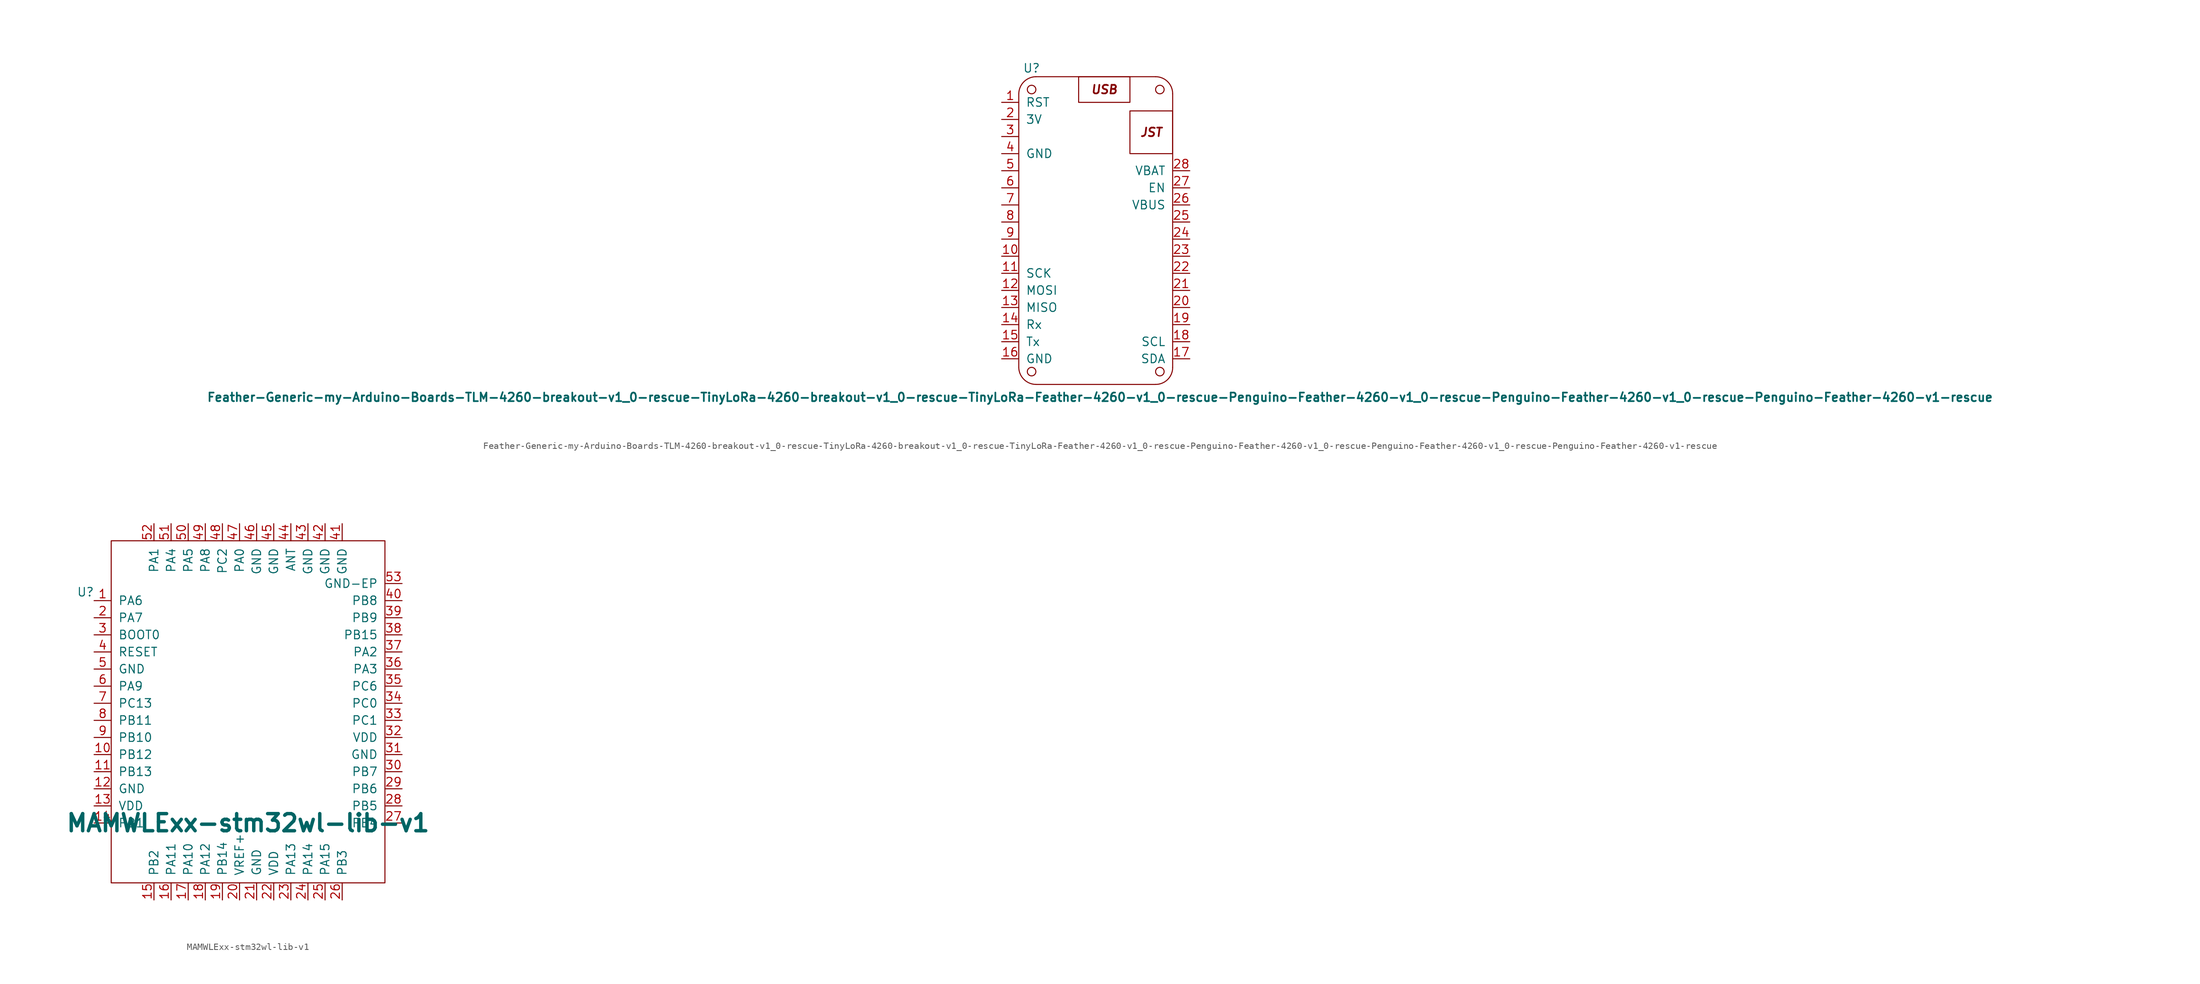
<source format=kicad_sym>
(kicad_symbol_lib
  (version 20220914)
  (generator kicad_symbol_editor)
  (symbol "Feather-Generic-my-Arduino-Boards-TLM-4260-breakout-v1_0-rescue-TinyLoRa-4260-breakout-v1_0-rescue-TinyLoRa-Feather-4260-v1_0-rescue-Penguino-Feather-4260-v1_0-rescue-Penguino-Feather-4260-v1_0-rescue-Penguino-Feather-4260-v1-rescue"
    (pin_names
      (offset 1.016))
    (property "Reference" "U"
      (at 1.905 5.08 0)
      (effects (font (size 1.27 1.27))))
    (property "Value" "Feather-Generic-my-Arduino-Boards-TLM-4260-breakout-v1_0-rescue-TinyLoRa-4260-breakout-v1_0-rescue-TinyLoRa-Feather-4260-v1_0-rescue-Penguino-Feather-4260-v1_0-rescue-Penguino-Feather-4260-v1_0-rescue-Penguino-Feather-4260-v1-rescue"
      (at 12.065 -43.815 0)
      (effects (font (size 1.27 1.27) bold)))
    (symbol "Feather-Generic-my-Arduino-Boards-TLM-4260-breakout-v1_0-rescue-TinyLoRa-4260-breakout-v1_0-rescue-TinyLoRa-Feather-4260-v1_0-rescue-Penguino-Feather-4260-v1_0-rescue-Penguino-Feather-4260-v1_0-rescue-Penguino-Feather-4260-v1-rescue_0_0"
      (text "JST" (at 19.685 -4.445 0) (effects (font (size 1.27 1.27) bold italic)))
      (text "USB" (at 12.7 1.905 0) (effects (font (size 1.27 1.27) bold italic))))
    (symbol "Feather-Generic-my-Arduino-Boards-TLM-4260-breakout-v1_0-rescue-TinyLoRa-4260-breakout-v1_0-rescue-TinyLoRa-Feather-4260-v1_0-rescue-Penguino-Feather-4260-v1_0-rescue-Penguino-Feather-4260-v1_0-rescue-Penguino-Feather-4260-v1-rescue_0_1"
      (arc (start 0 -39.37) (mid 0.7529 -41.1497) (end 2.54 -41.91) (stroke (width 0) (type solid)) (fill (type none)))
      (polyline (pts (xy 0 1.27) (xy 0 -39.37)) (stroke (width 0) (type solid)) (fill (type none)))
      (polyline (pts (xy 2.54 -41.91) (xy 20.32 -41.91)) (stroke (width 0) (type solid)) (fill (type none)))
      (polyline (pts (xy 2.54 3.81) (xy 20.32 3.81)) (stroke (width 0) (type solid)) (fill (type background)))
      (polyline (pts (xy 22.86 -39.37) (xy 22.86 1.27)) (stroke (width 0) (type solid)) (fill (type none)))
      (circle (center 1.905 -40.005) (radius 0.635) (stroke (width 0) (type solid)) (fill (type none)))
      (circle (center 1.905 1.905) (radius 0.635) (stroke (width 0) (type solid)) (fill (type none)))
      (arc (start 2.54 3.81) (mid 0.7603 3.0571) (end 0 1.27) (stroke (width 0) (type solid)) (fill (type none)))
      (rectangle (start 8.89 3.81) (end 16.51 0) (stroke (width 0) (type solid)) (fill (type none)))
      (arc (start 20.32 -41.91) (mid 22.1249 -41.1677) (end 22.86 -39.37) (stroke (width 0) (type solid)) (fill (type none)))
      (circle (center 20.955 -40.005) (radius 0.635) (stroke (width 0) (type solid)) (fill (type none)))
      (circle (center 20.955 1.905) (radius 0.635) (stroke (width 0) (type solid)) (fill (type none)))
      (rectangle (start 22.86 -1.27) (end 16.51 -7.62) (stroke (width 0) (type solid)) (fill (type none)))
      (arc (start 22.86 1.27) (mid 22.1177 3.0749) (end 20.32 3.81) (stroke (width 0) (type solid)) (fill (type none))))
    (symbol "Feather-Generic-my-Arduino-Boards-TLM-4260-breakout-v1_0-rescue-TinyLoRa-4260-breakout-v1_0-rescue-TinyLoRa-Feather-4260-v1_0-rescue-Penguino-Feather-4260-v1_0-rescue-Penguino-Feather-4260-v1_0-rescue-Penguino-Feather-4260-v1-rescue_1_1"
      (pin input line (at -2.54 0 0) (length 2.54) (name "RST" (effects (font (size 1.27 1.27)))) (number "1" (effects (font (size 1.27 1.27)))))
      (pin bidirectional line (at -2.54 -22.86 0) (length 2.54) (name "~" (effects (font (size 1.27 1.27)))) (number "10" (effects (font (size 1.27 1.27)))))
      (pin bidirectional line (at -2.54 -25.4 0) (length 2.54) (name "SCK" (effects (font (size 1.27 1.27)))) (number "11" (effects (font (size 1.27 1.27)))))
      (pin bidirectional line (at -2.54 -27.94 0) (length 2.54) (name "MOSI" (effects (font (size 1.27 1.27)))) (number "12" (effects (font (size 1.27 1.27)))))
      (pin bidirectional line (at -2.54 -30.48 0) (length 2.54) (name "MISO" (effects (font (size 1.27 1.27)))) (number "13" (effects (font (size 1.27 1.27)))))
      (pin bidirectional line (at -2.54 -33.02 0) (length 2.54) (name "Rx" (effects (font (size 1.27 1.27)))) (number "14" (effects (font (size 1.27 1.27)))))
      (pin bidirectional line (at -2.54 -35.56 0) (length 2.54) (name "Tx" (effects (font (size 1.27 1.27)))) (number "15" (effects (font (size 1.27 1.27)))))
      (pin passive line (at -2.54 -38.1 0) (length 2.54) (name "GND" (effects (font (size 1.27 1.27)))) (number "16" (effects (font (size 1.27 1.27)))))
      (pin bidirectional line (at 25.4 -38.1 180) (length 2.54) (name "SDA" (effects (font (size 1.27 1.27)))) (number "17" (effects (font (size 1.27 1.27)))))
      (pin bidirectional line (at 25.4 -35.56 180) (length 2.54) (name "SCL" (effects (font (size 1.27 1.27)))) (number "18" (effects (font (size 1.27 1.27)))))
      (pin bidirectional line (at 25.4 -33.02 180) (length 2.54) (name "~" (effects (font (size 1.27 1.27)))) (number "19" (effects (font (size 1.27 1.27)))))
      (pin passive line (at -2.54 -2.54 0) (length 2.54) (name "3V" (effects (font (size 1.27 1.27)))) (number "2" (effects (font (size 1.27 1.27)))))
      (pin bidirectional line (at 25.4 -30.48 180) (length 2.54) (name "~" (effects (font (size 1.27 1.27)))) (number "20" (effects (font (size 1.27 1.27)))))
      (pin bidirectional line (at 25.4 -27.94 180) (length 2.54) (name "~" (effects (font (size 1.27 1.27)))) (number "21" (effects (font (size 1.27 1.27)))))
      (pin bidirectional line (at 25.4 -25.4 180) (length 2.54) (name "~" (effects (font (size 1.27 1.27)))) (number "22" (effects (font (size 1.27 1.27)))))
      (pin bidirectional line (at 25.4 -22.86 180) (length 2.54) (name "~" (effects (font (size 1.27 1.27)))) (number "23" (effects (font (size 1.27 1.27)))))
      (pin bidirectional line (at 25.4 -20.32 180) (length 2.54) (name "~" (effects (font (size 1.27 1.27)))) (number "24" (effects (font (size 1.27 1.27)))))
      (pin bidirectional line (at 25.4 -17.78 180) (length 2.54) (name "~" (effects (font (size 1.27 1.27)))) (number "25" (effects (font (size 1.27 1.27)))))
      (pin passive line (at 25.4 -15.24 180) (length 2.54) (name "VBUS" (effects (font (size 1.27 1.27)))) (number "26" (effects (font (size 1.27 1.27)))))
      (pin input line (at 25.4 -12.7 180) (length 2.54) (name "EN" (effects (font (size 1.27 1.27)))) (number "27" (effects (font (size 1.27 1.27)))))
      (pin passive line (at 25.4 -10.16 180) (length 2.54) (name "VBAT" (effects (font (size 1.27 1.27)))) (number "28" (effects (font (size 1.27 1.27)))))
      (pin bidirectional line (at -2.54 -5.08 0) (length 2.54) (name "~" (effects (font (size 1.27 1.27)))) (number "3" (effects (font (size 1.27 1.27)))))
      (pin passive line (at -2.54 -7.62 0) (length 2.54) (name "GND" (effects (font (size 1.27 1.27)))) (number "4" (effects (font (size 1.27 1.27)))))
      (pin bidirectional line (at -2.54 -10.16 0) (length 2.54) (name "~" (effects (font (size 1.27 1.27)))) (number "5" (effects (font (size 1.27 1.27)))))
      (pin bidirectional line (at -2.54 -12.7 0) (length 2.54) (name "~" (effects (font (size 1.27 1.27)))) (number "6" (effects (font (size 1.27 1.27)))))
      (pin bidirectional line (at -2.54 -15.24 0) (length 2.54) (name "~" (effects (font (size 1.27 1.27)))) (number "7" (effects (font (size 1.27 1.27)))))
      (pin bidirectional line (at -2.54 -17.78 0) (length 2.54) (name "~" (effects (font (size 1.27 1.27)))) (number "8" (effects (font (size 1.27 1.27)))))
      (pin bidirectional line (at -2.54 -20.32 0) (length 2.54) (name "~" (effects (font (size 1.27 1.27)))) (number "9" (effects (font (size 1.27 1.27)))))))
  (symbol "MAMWLExx-stm32wl-lib-v1"
    (pin_names
      (offset 1.016))
    (property "Reference" "U"
      (at -1.27 1.27 0)
      (effects (font (size 1.27 1.27))))
    (property "Value" "MAMWLExx-stm32wl-lib-v1"
      (at 22.86 -33.02 0)
      (effects (font (size 2.54 2.54) bold)))
    (symbol "MAMWLExx-stm32wl-lib-v1_0_0"
      (pin passive line (at 0 0 0) (length 2.54) (name "PA6" (effects (font (size 1.27 1.27)))) (number "1" (effects (font (size 1.27 1.27)))))
      (pin passive line (at 0 -22.86 0) (length 2.54) (name "PB12" (effects (font (size 1.27 1.27)))) (number "10" (effects (font (size 1.27 1.27)))))
      (pin passive line (at 0 -25.4 0) (length 2.54) (name "PB13" (effects (font (size 1.27 1.27)))) (number "11" (effects (font (size 1.27 1.27)))))
      (pin power_in line (at 0 -27.94 0) (length 2.54) (name "GND" (effects (font (size 1.27 1.27)))) (number "12" (effects (font (size 1.27 1.27)))))
      (pin power_in line (at 0 -30.48 0) (length 2.54) (name "VDD" (effects (font (size 1.27 1.27)))) (number "13" (effects (font (size 1.27 1.27)))))
      (pin passive line (at 0 -33.02 0) (length 2.54) (name "PB1" (effects (font (size 1.27 1.27)))) (number "14" (effects (font (size 1.27 1.27)))))
      (pin passive line (at 8.89 -44.45 90) (length 2.54) (name "PB2" (effects (font (size 1.27 1.27)))) (number "15" (effects (font (size 1.27 1.27)))))
      (pin passive line (at 11.43 -44.45 90) (length 2.54) (name "PA11" (effects (font (size 1.27 1.27)))) (number "16" (effects (font (size 1.27 1.27)))))
      (pin passive line (at 13.97 -44.45 90) (length 2.54) (name "PA10" (effects (font (size 1.27 1.27)))) (number "17" (effects (font (size 1.27 1.27)))))
      (pin passive line (at 16.51 -44.45 90) (length 2.54) (name "PA12" (effects (font (size 1.27 1.27)))) (number "18" (effects (font (size 1.27 1.27)))))
      (pin passive line (at 19.05 -44.45 90) (length 2.54) (name "PB14" (effects (font (size 1.27 1.27)))) (number "19" (effects (font (size 1.27 1.27)))))
      (pin passive line (at 0 -2.54 0) (length 2.54) (name "PA7" (effects (font (size 1.27 1.27)))) (number "2" (effects (font (size 1.27 1.27)))))
      (pin passive line (at 21.59 -44.45 90) (length 2.54) (name "VREF+" (effects (font (size 1.27 1.27)))) (number "20" (effects (font (size 1.27 1.27)))))
      (pin power_in line (at 24.13 -44.45 90) (length 2.54) (name "GND" (effects (font (size 1.27 1.27)))) (number "21" (effects (font (size 1.27 1.27)))))
      (pin power_in line (at 26.67 -44.45 90) (length 2.54) (name "VDD" (effects (font (size 1.27 1.27)))) (number "22" (effects (font (size 1.27 1.27)))))
      (pin passive line (at 29.21 -44.45 90) (length 2.54) (name "PA13" (effects (font (size 1.27 1.27)))) (number "23" (effects (font (size 1.27 1.27)))))
      (pin passive line (at 31.75 -44.45 90) (length 2.54) (name "PA14" (effects (font (size 1.27 1.27)))) (number "24" (effects (font (size 1.27 1.27)))))
      (pin passive line (at 34.29 -44.45 90) (length 2.54) (name "PA15" (effects (font (size 1.27 1.27)))) (number "25" (effects (font (size 1.27 1.27)))))
      (pin passive line (at 36.83 -44.45 90) (length 2.54) (name "PB3" (effects (font (size 1.27 1.27)))) (number "26" (effects (font (size 1.27 1.27)))))
      (pin passive line (at 45.72 -33.02 180) (length 2.54) (name "PB4" (effects (font (size 1.27 1.27)))) (number "27" (effects (font (size 1.27 1.27)))))
      (pin passive line (at 45.72 -30.48 180) (length 2.54) (name "PB5" (effects (font (size 1.27 1.27)))) (number "28" (effects (font (size 1.27 1.27)))))
      (pin passive line (at 45.72 -27.94 180) (length 2.54) (name "PB6" (effects (font (size 1.27 1.27)))) (number "29" (effects (font (size 1.27 1.27)))))
      (pin passive line (at 0 -5.08 0) (length 2.54) (name "BOOT0" (effects (font (size 1.27 1.27)))) (number "3" (effects (font (size 1.27 1.27)))))
      (pin passive line (at 45.72 -25.4 180) (length 2.54) (name "PB7" (effects (font (size 1.27 1.27)))) (number "30" (effects (font (size 1.27 1.27)))))
      (pin power_in line (at 45.72 -22.86 180) (length 2.54) (name "GND" (effects (font (size 1.27 1.27)))) (number "31" (effects (font (size 1.27 1.27)))))
      (pin power_in line (at 45.72 -20.32 180) (length 2.54) (name "VDD" (effects (font (size 1.27 1.27)))) (number "32" (effects (font (size 1.27 1.27)))))
      (pin passive line (at 45.72 -17.78 180) (length 2.54) (name "PC1" (effects (font (size 1.27 1.27)))) (number "33" (effects (font (size 1.27 1.27)))))
      (pin passive line (at 45.72 -15.24 180) (length 2.54) (name "PC0" (effects (font (size 1.27 1.27)))) (number "34" (effects (font (size 1.27 1.27)))))
      (pin passive line (at 45.72 -12.7 180) (length 2.54) (name "PC6" (effects (font (size 1.27 1.27)))) (number "35" (effects (font (size 1.27 1.27)))))
      (pin passive line (at 45.72 -10.16 180) (length 2.54) (name "PA3" (effects (font (size 1.27 1.27)))) (number "36" (effects (font (size 1.27 1.27)))))
      (pin passive line (at 45.72 -7.62 180) (length 2.54) (name "PA2" (effects (font (size 1.27 1.27)))) (number "37" (effects (font (size 1.27 1.27)))))
      (pin passive line (at 45.72 -5.08 180) (length 2.54) (name "PB15" (effects (font (size 1.27 1.27)))) (number "38" (effects (font (size 1.27 1.27)))))
      (pin passive line (at 45.72 -2.54 180) (length 2.54) (name "PB9" (effects (font (size 1.27 1.27)))) (number "39" (effects (font (size 1.27 1.27)))))
      (pin passive line (at 0 -7.62 0) (length 2.54) (name "RESET" (effects (font (size 1.27 1.27)))) (number "4" (effects (font (size 1.27 1.27)))))
      (pin passive line (at 45.72 0 180) (length 2.54) (name "PB8" (effects (font (size 1.27 1.27)))) (number "40" (effects (font (size 1.27 1.27)))))
      (pin power_in line (at 36.83 11.43 270) (length 2.54) (name "GND" (effects (font (size 1.27 1.27)))) (number "41" (effects (font (size 1.27 1.27)))))
      (pin power_in line (at 34.29 11.43 270) (length 2.54) (name "GND" (effects (font (size 1.27 1.27)))) (number "42" (effects (font (size 1.27 1.27)))))
      (pin power_in line (at 31.75 11.43 270) (length 2.54) (name "GND" (effects (font (size 1.27 1.27)))) (number "43" (effects (font (size 1.27 1.27)))))
      (pin passive line (at 29.21 11.43 270) (length 2.54) (name "ANT" (effects (font (size 1.27 1.27)))) (number "44" (effects (font (size 1.27 1.27)))))
      (pin power_in line (at 26.67 11.43 270) (length 2.54) (name "GND" (effects (font (size 1.27 1.27)))) (number "45" (effects (font (size 1.27 1.27)))))
      (pin power_in line (at 24.13 11.43 270) (length 2.54) (name "GND" (effects (font (size 1.27 1.27)))) (number "46" (effects (font (size 1.27 1.27)))))
      (pin passive line (at 21.59 11.43 270) (length 2.54) (name "PA0" (effects (font (size 1.27 1.27)))) (number "47" (effects (font (size 1.27 1.27)))))
      (pin passive line (at 19.05 11.43 270) (length 2.54) (name "PC2" (effects (font (size 1.27 1.27)))) (number "48" (effects (font (size 1.27 1.27)))))
      (pin passive line (at 16.51 11.43 270) (length 2.54) (name "PA8" (effects (font (size 1.27 1.27)))) (number "49" (effects (font (size 1.27 1.27)))))
      (pin power_in line (at 0 -10.16 0) (length 2.54) (name "GND" (effects (font (size 1.27 1.27)))) (number "5" (effects (font (size 1.27 1.27)))))
      (pin passive line (at 13.97 11.43 270) (length 2.54) (name "PA5" (effects (font (size 1.27 1.27)))) (number "50" (effects (font (size 1.27 1.27)))))
      (pin passive line (at 11.43 11.43 270) (length 2.54) (name "PA4" (effects (font (size 1.27 1.27)))) (number "51" (effects (font (size 1.27 1.27)))))
      (pin passive line (at 8.89 11.43 270) (length 2.54) (name "PA1" (effects (font (size 1.27 1.27)))) (number "52" (effects (font (size 1.27 1.27)))))
      (pin power_in line (at 45.72 2.54 180) (length 2.54) (name "GND-EP" (effects (font (size 1.27 1.27)))) (number "53" (effects (font (size 1.27 1.27)))))
      (pin power_in line (at 45.72 2.54 180) (length 2.54) hide (name "GND-EP" (effects (font (size 1.27 1.27)))) (number "54" (effects (font (size 1.27 1.27)))))
      (pin power_in line (at 45.72 2.54 180) (length 2.54) hide (name "GND-EP" (effects (font (size 1.27 1.27)))) (number "55" (effects (font (size 1.27 1.27)))))
      (pin power_in line (at 45.72 2.54 180) (length 2.54) hide (name "GND-EP" (effects (font (size 1.27 1.27)))) (number "56" (effects (font (size 1.27 1.27)))))
      (pin power_in line (at 45.72 2.54 180) (length 2.54) hide (name "GND-EP" (effects (font (size 1.27 1.27)))) (number "57" (effects (font (size 1.27 1.27)))))
      (pin power_in line (at 45.72 2.54 180) (length 2.54) hide (name "GND-EP" (effects (font (size 1.27 1.27)))) (number "58" (effects (font (size 1.27 1.27)))))
      (pin power_in line (at 45.72 2.54 180) (length 2.54) hide (name "GND-EP" (effects (font (size 1.27 1.27)))) (number "59" (effects (font (size 1.27 1.27)))))
      (pin passive line (at 0 -12.7 0) (length 2.54) (name "PA9" (effects (font (size 1.27 1.27)))) (number "6" (effects (font (size 1.27 1.27)))))
      (pin power_in line (at 45.72 2.54 180) (length 2.54) hide (name "GND-EP" (effects (font (size 1.27 1.27)))) (number "60" (effects (font (size 1.27 1.27)))))
      (pin power_in line (at 45.72 2.54 180) (length 2.54) hide (name "GND-EP" (effects (font (size 1.27 1.27)))) (number "61" (effects (font (size 1.27 1.27)))))
      (pin power_in line (at 45.72 2.54 180) (length 2.54) hide (name "GND-EP" (effects (font (size 1.27 1.27)))) (number "62" (effects (font (size 1.27 1.27)))))
      (pin power_in line (at 45.72 2.54 180) (length 2.54) hide (name "GND-EP" (effects (font (size 1.27 1.27)))) (number "63" (effects (font (size 1.27 1.27)))))
      (pin power_in line (at 45.72 2.54 180) (length 2.54) hide (name "GND-EP" (effects (font (size 1.27 1.27)))) (number "64" (effects (font (size 1.27 1.27)))))
      (pin power_in line (at 45.72 2.54 180) (length 2.54) hide (name "GND-EP" (effects (font (size 1.27 1.27)))) (number "65" (effects (font (size 1.27 1.27)))))
      (pin power_in line (at 45.72 2.54 180) (length 2.54) hide (name "GND-EP" (effects (font (size 1.27 1.27)))) (number "66" (effects (font (size 1.27 1.27)))))
      (pin passive line (at 0 -15.24 0) (length 2.54) (name "PC13" (effects (font (size 1.27 1.27)))) (number "7" (effects (font (size 1.27 1.27)))))
      (pin passive line (at 0 -17.78 0) (length 2.54) (name "PB11" (effects (font (size 1.27 1.27)))) (number "8" (effects (font (size 1.27 1.27)))))
      (pin passive line (at 0 -20.32 0) (length 2.54) (name "PB10" (effects (font (size 1.27 1.27)))) (number "9" (effects (font (size 1.27 1.27))))))
    (symbol "MAMWLExx-stm32wl-lib-v1_0_1"
      (rectangle (start 2.54 8.89) (end 43.18 -41.91) (stroke (width 0) (type solid)) (fill (type none))))))
</source>
